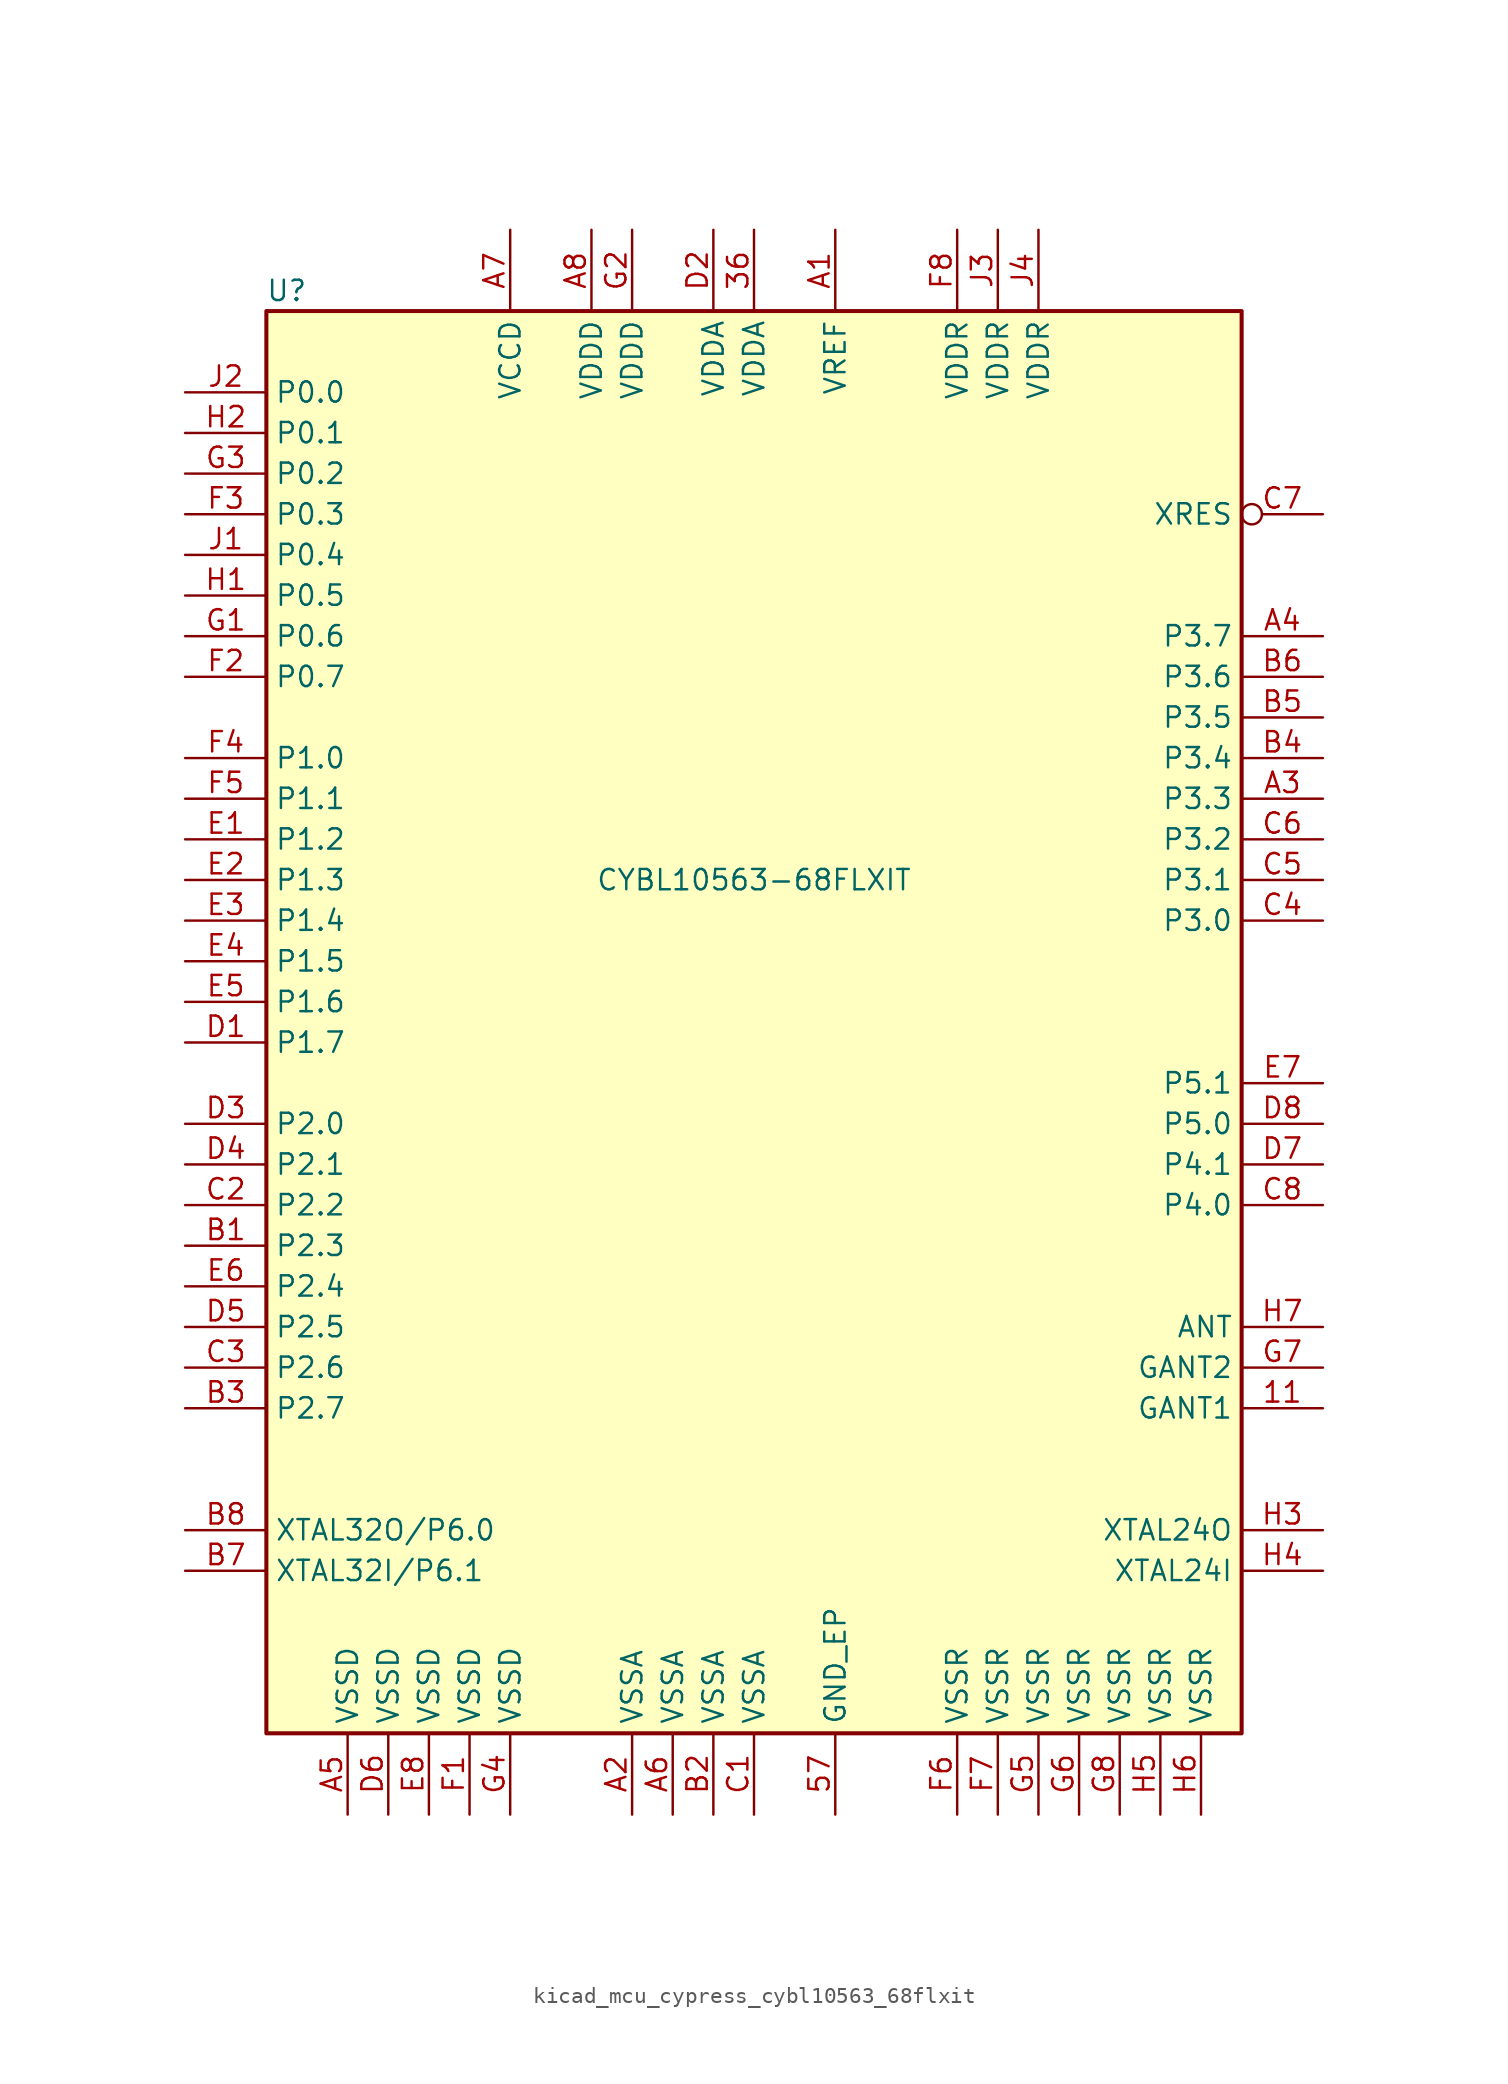
<source format=kicad_sym>
(kicad_symbol_lib
  (version 20220914)
  (generator kicad_symbol_editor)
  (symbol "kicad_mcu_cypress_cybl10563_68flxit"
    (property "Reference" "U"
      (at -29.21 39.37 0)
      (effects (font (size 1.27 1.27))))
    (property "Value" "CYBL10563-68FLXIT"
      (at 0 2.54 0)
      (effects (font (size 1.27 1.27))))
    (symbol "kicad_mcu_cypress_cybl10563_68flxit_1_0"
      (rectangle (start -30.48 -50.8) (end 30.48 38.1) (stroke (width 0.254) (type default)) (fill (type background))))
    (symbol "kicad_mcu_cypress_cybl10563_68flxit_1_1"
      (pin power_in line (at 35.56 -30.48 180) (length 5.08) (name "GANT1" (effects (font (size 1.27 1.27)))) (number "11" (effects (font (size 1.27 1.27)))))
      (pin power_in line (at 0 43.18 270) (length 5.08) (name "VDDA" (effects (font (size 1.27 1.27)))) (number "36" (effects (font (size 1.27 1.27)))))
      (pin power_in line (at 5.08 -55.88 90) (length 5.08) (name "GND_EP" (effects (font (size 1.27 1.27)))) (number "57" (effects (font (size 1.27 1.27)))))
      (pin passive line (at 5.08 43.18 270) (length 5.08) (name "VREF" (effects (font (size 1.27 1.27)))) (number "A1" (effects (font (size 1.27 1.27)))))
      (pin power_in line (at -7.62 -55.88 90) (length 5.08) (name "VSSA" (effects (font (size 1.27 1.27)))) (number "A2" (effects (font (size 1.27 1.27)))))
      (pin bidirectional line (at 35.56 7.62 180) (length 5.08) (name "P3.3" (effects (font (size 1.27 1.27)))) (number "A3" (effects (font (size 1.27 1.27)))))
      (pin bidirectional line (at 35.56 17.78 180) (length 5.08) (name "P3.7" (effects (font (size 1.27 1.27)))) (number "A4" (effects (font (size 1.27 1.27)))))
      (pin power_in line (at -25.4 -55.88 90) (length 5.08) (name "VSSD" (effects (font (size 1.27 1.27)))) (number "A5" (effects (font (size 1.27 1.27)))))
      (pin power_in line (at -5.08 -55.88 90) (length 5.08) (name "VSSA" (effects (font (size 1.27 1.27)))) (number "A6" (effects (font (size 1.27 1.27)))))
      (pin power_out line (at -15.24 43.18 270) (length 5.08) (name "VCCD" (effects (font (size 1.27 1.27)))) (number "A7" (effects (font (size 1.27 1.27)))))
      (pin power_in line (at -10.16 43.18 270) (length 5.08) (name "VDDD" (effects (font (size 1.27 1.27)))) (number "A8" (effects (font (size 1.27 1.27)))))
      (pin bidirectional line (at -35.56 -20.32 0) (length 5.08) (name "P2.3" (effects (font (size 1.27 1.27)))) (number "B1" (effects (font (size 1.27 1.27)))))
      (pin bidirectional line (at -2.54 -55.88 90) (length 5.08) (name "VSSA" (effects (font (size 1.27 1.27)))) (number "B2" (effects (font (size 1.27 1.27)))))
      (pin bidirectional line (at -35.56 -30.48 0) (length 5.08) (name "P2.7" (effects (font (size 1.27 1.27)))) (number "B3" (effects (font (size 1.27 1.27)))))
      (pin bidirectional line (at 35.56 10.16 180) (length 5.08) (name "P3.4" (effects (font (size 1.27 1.27)))) (number "B4" (effects (font (size 1.27 1.27)))))
      (pin bidirectional line (at 35.56 12.7 180) (length 5.08) (name "P3.5" (effects (font (size 1.27 1.27)))) (number "B5" (effects (font (size 1.27 1.27)))))
      (pin bidirectional line (at 35.56 15.24 180) (length 5.08) (name "P3.6" (effects (font (size 1.27 1.27)))) (number "B6" (effects (font (size 1.27 1.27)))))
      (pin bidirectional line (at -35.56 -40.64 0) (length 5.08) (name "XTAL32I/P6.1" (effects (font (size 1.27 1.27)))) (number "B7" (effects (font (size 1.27 1.27)))))
      (pin bidirectional line (at -35.56 -38.1 0) (length 5.08) (name "XTAL32O/P6.0" (effects (font (size 1.27 1.27)))) (number "B8" (effects (font (size 1.27 1.27)))))
      (pin power_in line (at 0 -55.88 90) (length 5.08) (name "VSSA" (effects (font (size 1.27 1.27)))) (number "C1" (effects (font (size 1.27 1.27)))))
      (pin bidirectional line (at -35.56 -17.78 0) (length 5.08) (name "P2.2" (effects (font (size 1.27 1.27)))) (number "C2" (effects (font (size 1.27 1.27)))))
      (pin bidirectional line (at -35.56 -27.94 0) (length 5.08) (name "P2.6" (effects (font (size 1.27 1.27)))) (number "C3" (effects (font (size 1.27 1.27)))))
      (pin bidirectional line (at 35.56 0 180) (length 5.08) (name "P3.0" (effects (font (size 1.27 1.27)))) (number "C4" (effects (font (size 1.27 1.27)))))
      (pin bidirectional line (at 35.56 2.54 180) (length 5.08) (name "P3.1" (effects (font (size 1.27 1.27)))) (number "C5" (effects (font (size 1.27 1.27)))))
      (pin bidirectional line (at 35.56 5.08 180) (length 5.08) (name "P3.2" (effects (font (size 1.27 1.27)))) (number "C6" (effects (font (size 1.27 1.27)))))
      (pin input inverted (at 35.56 25.4 180) (length 5.08) (name "XRES" (effects (font (size 1.27 1.27)))) (number "C7" (effects (font (size 1.27 1.27)))))
      (pin bidirectional line (at 35.56 -17.78 180) (length 5.08) (name "P4.0" (effects (font (size 1.27 1.27)))) (number "C8" (effects (font (size 1.27 1.27)))))
      (pin bidirectional line (at -35.56 -7.62 0) (length 5.08) (name "P1.7" (effects (font (size 1.27 1.27)))) (number "D1" (effects (font (size 1.27 1.27)))))
      (pin power_in line (at -2.54 43.18 270) (length 5.08) (name "VDDA" (effects (font (size 1.27 1.27)))) (number "D2" (effects (font (size 1.27 1.27)))))
      (pin bidirectional line (at -35.56 -12.7 0) (length 5.08) (name "P2.0" (effects (font (size 1.27 1.27)))) (number "D3" (effects (font (size 1.27 1.27)))))
      (pin bidirectional line (at -35.56 -15.24 0) (length 5.08) (name "P2.1" (effects (font (size 1.27 1.27)))) (number "D4" (effects (font (size 1.27 1.27)))))
      (pin bidirectional line (at -35.56 -25.4 0) (length 5.08) (name "P2.5" (effects (font (size 1.27 1.27)))) (number "D5" (effects (font (size 1.27 1.27)))))
      (pin power_in line (at -22.86 -55.88 90) (length 5.08) (name "VSSD" (effects (font (size 1.27 1.27)))) (number "D6" (effects (font (size 1.27 1.27)))))
      (pin bidirectional line (at 35.56 -15.24 180) (length 5.08) (name "P4.1" (effects (font (size 1.27 1.27)))) (number "D7" (effects (font (size 1.27 1.27)))))
      (pin bidirectional line (at 35.56 -12.7 180) (length 5.08) (name "P5.0" (effects (font (size 1.27 1.27)))) (number "D8" (effects (font (size 1.27 1.27)))))
      (pin bidirectional line (at -35.56 5.08 0) (length 5.08) (name "P1.2" (effects (font (size 1.27 1.27)))) (number "E1" (effects (font (size 1.27 1.27)))))
      (pin bidirectional line (at -35.56 2.54 0) (length 5.08) (name "P1.3" (effects (font (size 1.27 1.27)))) (number "E2" (effects (font (size 1.27 1.27)))))
      (pin bidirectional line (at -35.56 0 0) (length 5.08) (name "P1.4" (effects (font (size 1.27 1.27)))) (number "E3" (effects (font (size 1.27 1.27)))))
      (pin bidirectional line (at -35.56 -2.54 0) (length 5.08) (name "P1.5" (effects (font (size 1.27 1.27)))) (number "E4" (effects (font (size 1.27 1.27)))))
      (pin bidirectional line (at -35.56 -5.08 0) (length 5.08) (name "P1.6" (effects (font (size 1.27 1.27)))) (number "E5" (effects (font (size 1.27 1.27)))))
      (pin bidirectional line (at -35.56 -22.86 0) (length 5.08) (name "P2.4" (effects (font (size 1.27 1.27)))) (number "E6" (effects (font (size 1.27 1.27)))))
      (pin bidirectional line (at 35.56 -10.16 180) (length 5.08) (name "P5.1" (effects (font (size 1.27 1.27)))) (number "E7" (effects (font (size 1.27 1.27)))))
      (pin power_in line (at -20.32 -55.88 90) (length 5.08) (name "VSSD" (effects (font (size 1.27 1.27)))) (number "E8" (effects (font (size 1.27 1.27)))))
      (pin power_in line (at -17.78 -55.88 90) (length 5.08) (name "VSSD" (effects (font (size 1.27 1.27)))) (number "F1" (effects (font (size 1.27 1.27)))))
      (pin bidirectional line (at -35.56 15.24 0) (length 5.08) (name "P0.7" (effects (font (size 1.27 1.27)))) (number "F2" (effects (font (size 1.27 1.27)))))
      (pin bidirectional line (at -35.56 25.4 0) (length 5.08) (name "P0.3" (effects (font (size 1.27 1.27)))) (number "F3" (effects (font (size 1.27 1.27)))))
      (pin bidirectional line (at -35.56 10.16 0) (length 5.08) (name "P1.0" (effects (font (size 1.27 1.27)))) (number "F4" (effects (font (size 1.27 1.27)))))
      (pin bidirectional line (at -35.56 7.62 0) (length 5.08) (name "P1.1" (effects (font (size 1.27 1.27)))) (number "F5" (effects (font (size 1.27 1.27)))))
      (pin power_in line (at 12.7 -55.88 90) (length 5.08) (name "VSSR" (effects (font (size 1.27 1.27)))) (number "F6" (effects (font (size 1.27 1.27)))))
      (pin power_in line (at 15.24 -55.88 90) (length 5.08) (name "VSSR" (effects (font (size 1.27 1.27)))) (number "F7" (effects (font (size 1.27 1.27)))))
      (pin power_in line (at 12.7 43.18 270) (length 5.08) (name "VDDR" (effects (font (size 1.27 1.27)))) (number "F8" (effects (font (size 1.27 1.27)))))
      (pin bidirectional line (at -35.56 17.78 0) (length 5.08) (name "P0.6" (effects (font (size 1.27 1.27)))) (number "G1" (effects (font (size 1.27 1.27)))))
      (pin power_in line (at -7.62 43.18 270) (length 5.08) (name "VDDD" (effects (font (size 1.27 1.27)))) (number "G2" (effects (font (size 1.27 1.27)))))
      (pin bidirectional line (at -35.56 27.94 0) (length 5.08) (name "P0.2" (effects (font (size 1.27 1.27)))) (number "G3" (effects (font (size 1.27 1.27)))))
      (pin power_in line (at -15.24 -55.88 90) (length 5.08) (name "VSSD" (effects (font (size 1.27 1.27)))) (number "G4" (effects (font (size 1.27 1.27)))))
      (pin power_in line (at 17.78 -55.88 90) (length 5.08) (name "VSSR" (effects (font (size 1.27 1.27)))) (number "G5" (effects (font (size 1.27 1.27)))))
      (pin power_in line (at 20.32 -55.88 90) (length 5.08) (name "VSSR" (effects (font (size 1.27 1.27)))) (number "G6" (effects (font (size 1.27 1.27)))))
      (pin power_in line (at 35.56 -27.94 180) (length 5.08) (name "GANT2" (effects (font (size 1.27 1.27)))) (number "G7" (effects (font (size 1.27 1.27)))))
      (pin power_in line (at 22.86 -55.88 90) (length 5.08) (name "VSSR" (effects (font (size 1.27 1.27)))) (number "G8" (effects (font (size 1.27 1.27)))))
      (pin bidirectional line (at -35.56 20.32 0) (length 5.08) (name "P0.5" (effects (font (size 1.27 1.27)))) (number "H1" (effects (font (size 1.27 1.27)))))
      (pin bidirectional line (at -35.56 30.48 0) (length 5.08) (name "P0.1" (effects (font (size 1.27 1.27)))) (number "H2" (effects (font (size 1.27 1.27)))))
      (pin output line (at 35.56 -38.1 180) (length 5.08) (name "XTAL24O" (effects (font (size 1.27 1.27)))) (number "H3" (effects (font (size 1.27 1.27)))))
      (pin input line (at 35.56 -40.64 180) (length 5.08) (name "XTAL24I" (effects (font (size 1.27 1.27)))) (number "H4" (effects (font (size 1.27 1.27)))))
      (pin power_in line (at 25.4 -55.88 90) (length 5.08) (name "VSSR" (effects (font (size 1.27 1.27)))) (number "H5" (effects (font (size 1.27 1.27)))))
      (pin power_in line (at 27.94 -55.88 90) (length 5.08) (name "VSSR" (effects (font (size 1.27 1.27)))) (number "H6" (effects (font (size 1.27 1.27)))))
      (pin output line (at 35.56 -25.4 180) (length 5.08) (name "ANT" (effects (font (size 1.27 1.27)))) (number "H7" (effects (font (size 1.27 1.27)))))
      (pin bidirectional line (at -35.56 22.86 0) (length 5.08) (name "P0.4" (effects (font (size 1.27 1.27)))) (number "J1" (effects (font (size 1.27 1.27)))))
      (pin bidirectional line (at -35.56 33.02 0) (length 5.08) (name "P0.0" (effects (font (size 1.27 1.27)))) (number "J2" (effects (font (size 1.27 1.27)))))
      (pin power_in line (at 15.24 43.18 270) (length 5.08) (name "VDDR" (effects (font (size 1.27 1.27)))) (number "J3" (effects (font (size 1.27 1.27)))))
      (pin power_in line (at 17.78 43.18 270) (length 5.08) (name "VDDR" (effects (font (size 1.27 1.27)))) (number "J4" (effects (font (size 1.27 1.27)))))
      (pin no_connect line (at 30.48 30.48 180) (length 2.54) hide (name "NC" (effects (font (size 1.27 1.27)))) (number "J7" (effects (font (size 1.27 1.27))))))))
</source>
